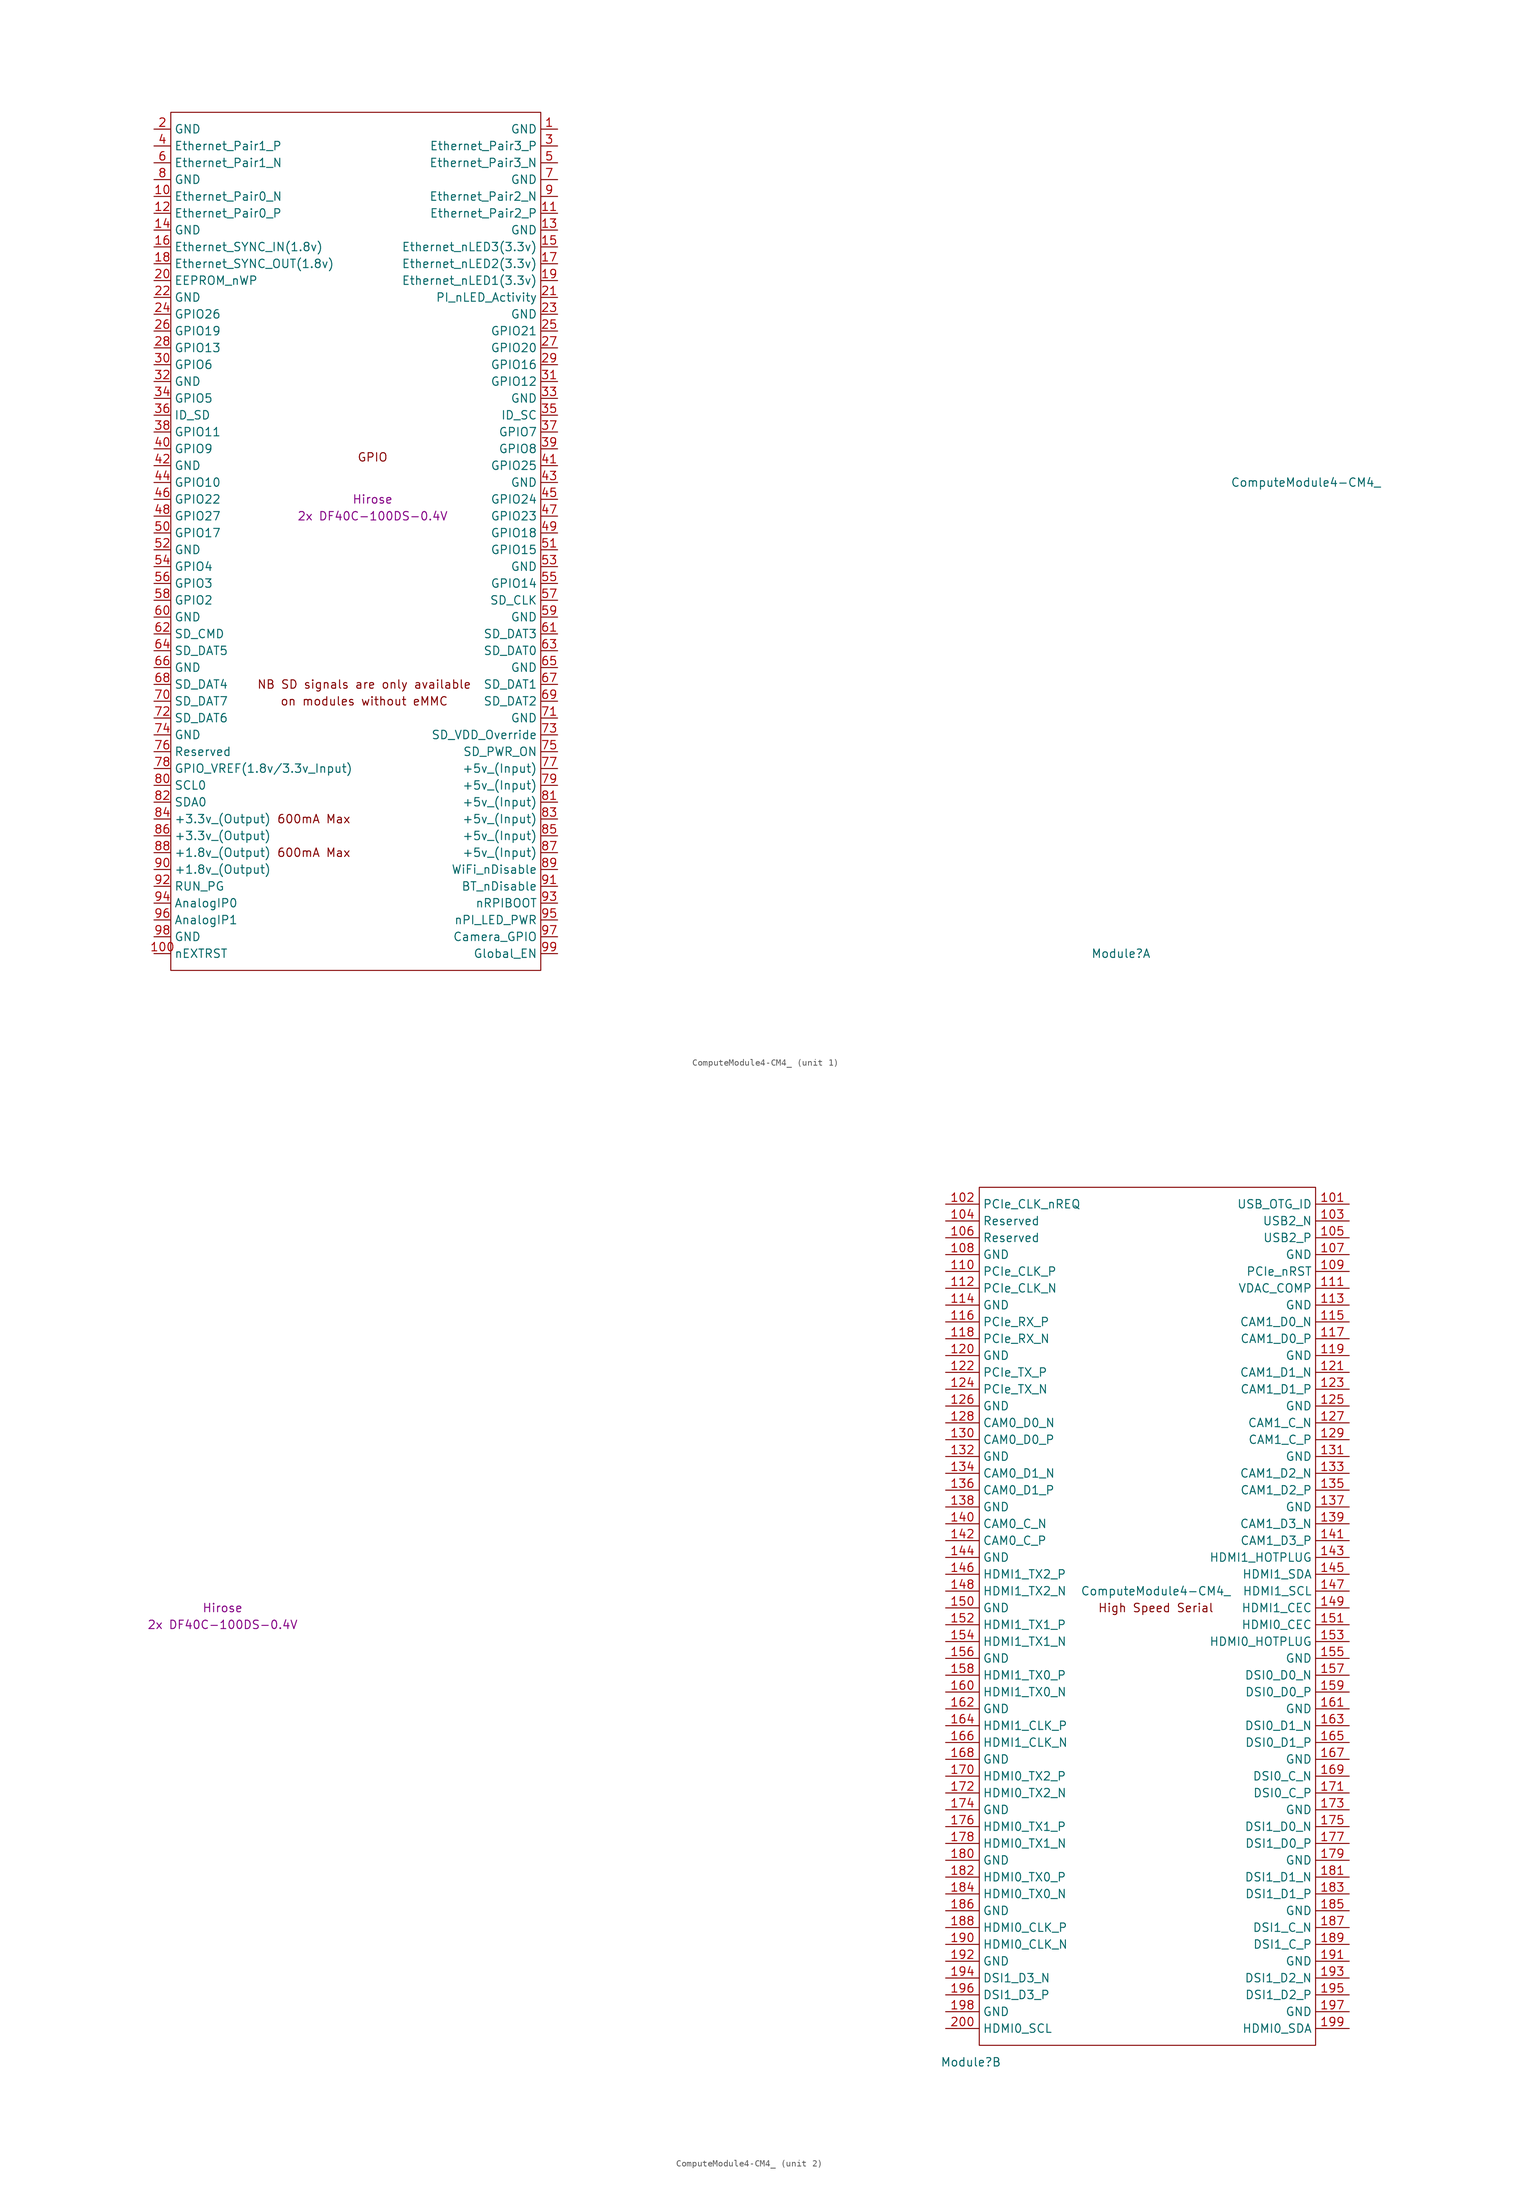
<source format=kicad_sym>
(kicad_symbol_lib
  (version 20201005)
  (generator kicad_symbol_editor)
  (symbol "aep2:ComputeModule4-CM4_"
    (property "Reference" "Module"
      (at 113.03 -68.58 0)
      (effects (font (size 1.27 1.27))))
    (property "Value" "ComputeModule4-CM4_"
      (at 140.97 2.54 0)
      (effects (font (size 1.27 1.27))))
    (property "Field4" "Hirose"
      (at 0 0 0)
      (effects (font (size 1.27 1.27))))
    (property "Field5" "2x DF40C-100DS-0.4V"
      (at 0 -2.54 0)
      (effects (font (size 1.27 1.27))))
    (symbol "ComputeModule4-CM4__1_0"
      (text "GPIO" (at 0 6.35 0) (effects (font (size 1.27 1.27)))))
    (symbol "ComputeModule4-CM4__1_1"
      (text "600mA Max" (at -8.89 -53.34 0) (effects (font (size 1.27 1.27))))
      (text "600mA Max" (at -8.89 -48.26 0) (effects (font (size 1.27 1.27))))
      (text "NB SD signals are only available" (at -1.27 -27.94 0) (effects (font (size 1.27 1.27))))
      (text "on modules without eMMC" (at -1.27 -30.48 0) (effects (font (size 1.27 1.27))))
      (rectangle (start -30.48 -71.12) (end 25.4 58.42) (stroke (width 0)) (fill (type none)))
      (pin power_in line (at 27.94 55.88 180) (length 2.54) (name "GND" (effects (font (size 1.27 1.27)))) (number "1" (effects (font (size 1.27 1.27)))))
      (pin passive line (at -33.02 45.72 0) (length 2.54) (name "Ethernet_Pair0_N" (effects (font (size 1.27 1.27)))) (number "10" (effects (font (size 1.27 1.27)))))
      (pin output line (at -33.02 -68.58 0) (length 2.54) (name "nEXTRST" (effects (font (size 1.27 1.27)))) (number "100" (effects (font (size 1.27 1.27)))))
      (pin passive line (at 27.94 43.18 180) (length 2.54) (name "Ethernet_Pair2_P" (effects (font (size 1.27 1.27)))) (number "11" (effects (font (size 1.27 1.27)))))
      (pin passive line (at -33.02 43.18 0) (length 2.54) (name "Ethernet_Pair0_P" (effects (font (size 1.27 1.27)))) (number "12" (effects (font (size 1.27 1.27)))))
      (pin power_in line (at 27.94 40.64 180) (length 2.54) (name "GND" (effects (font (size 1.27 1.27)))) (number "13" (effects (font (size 1.27 1.27)))))
      (pin power_in line (at -33.02 40.64 0) (length 2.54) (name "GND" (effects (font (size 1.27 1.27)))) (number "14" (effects (font (size 1.27 1.27)))))
      (pin output line (at 27.94 38.1 180) (length 2.54) (name "Ethernet_nLED3(3.3v)" (effects (font (size 1.27 1.27)))) (number "15" (effects (font (size 1.27 1.27)))))
      (pin input line (at -33.02 38.1 0) (length 2.54) (name "Ethernet_SYNC_IN(1.8v)" (effects (font (size 1.27 1.27)))) (number "16" (effects (font (size 1.27 1.27)))))
      (pin output line (at 27.94 35.56 180) (length 2.54) (name "Ethernet_nLED2(3.3v)" (effects (font (size 1.27 1.27)))) (number "17" (effects (font (size 1.27 1.27)))))
      (pin input line (at -33.02 35.56 0) (length 2.54) (name "Ethernet_SYNC_OUT(1.8v)" (effects (font (size 1.27 1.27)))) (number "18" (effects (font (size 1.27 1.27)))))
      (pin output line (at 27.94 33.02 180) (length 2.54) (name "Ethernet_nLED1(3.3v)" (effects (font (size 1.27 1.27)))) (number "19" (effects (font (size 1.27 1.27)))))
      (pin power_in line (at -33.02 55.88 0) (length 2.54) (name "GND" (effects (font (size 1.27 1.27)))) (number "2" (effects (font (size 1.27 1.27)))))
      (pin passive line (at -33.02 33.02 0) (length 2.54) (name "EEPROM_nWP" (effects (font (size 1.27 1.27)))) (number "20" (effects (font (size 1.27 1.27)))))
      (pin open_collector line (at 27.94 30.48 180) (length 2.54) (name "PI_nLED_Activity" (effects (font (size 1.27 1.27)))) (number "21" (effects (font (size 1.27 1.27)))))
      (pin power_in line (at -33.02 30.48 0) (length 2.54) (name "GND" (effects (font (size 1.27 1.27)))) (number "22" (effects (font (size 1.27 1.27)))))
      (pin power_in line (at 27.94 27.94 180) (length 2.54) (name "GND" (effects (font (size 1.27 1.27)))) (number "23" (effects (font (size 1.27 1.27)))))
      (pin passive line (at -33.02 27.94 0) (length 2.54) (name "GPIO26" (effects (font (size 1.27 1.27)))) (number "24" (effects (font (size 1.27 1.27)))))
      (pin passive line (at 27.94 25.4 180) (length 2.54) (name "GPIO21" (effects (font (size 1.27 1.27)))) (number "25" (effects (font (size 1.27 1.27)))))
      (pin passive line (at -33.02 25.4 0) (length 2.54) (name "GPIO19" (effects (font (size 1.27 1.27)))) (number "26" (effects (font (size 1.27 1.27)))))
      (pin passive line (at 27.94 22.86 180) (length 2.54) (name "GPIO20" (effects (font (size 1.27 1.27)))) (number "27" (effects (font (size 1.27 1.27)))))
      (pin passive line (at -33.02 22.86 0) (length 2.54) (name "GPIO13" (effects (font (size 1.27 1.27)))) (number "28" (effects (font (size 1.27 1.27)))))
      (pin passive line (at 27.94 20.32 180) (length 2.54) (name "GPIO16" (effects (font (size 1.27 1.27)))) (number "29" (effects (font (size 1.27 1.27)))))
      (pin passive line (at 27.94 53.34 180) (length 2.54) (name "Ethernet_Pair3_P" (effects (font (size 1.27 1.27)))) (number "3" (effects (font (size 1.27 1.27)))))
      (pin passive line (at -33.02 20.32 0) (length 2.54) (name "GPIO6" (effects (font (size 1.27 1.27)))) (number "30" (effects (font (size 1.27 1.27)))))
      (pin passive line (at 27.94 17.78 180) (length 2.54) (name "GPIO12" (effects (font (size 1.27 1.27)))) (number "31" (effects (font (size 1.27 1.27)))))
      (pin power_in line (at -33.02 17.78 0) (length 2.54) (name "GND" (effects (font (size 1.27 1.27)))) (number "32" (effects (font (size 1.27 1.27)))))
      (pin power_in line (at 27.94 15.24 180) (length 2.54) (name "GND" (effects (font (size 1.27 1.27)))) (number "33" (effects (font (size 1.27 1.27)))))
      (pin passive line (at -33.02 15.24 0) (length 2.54) (name "GPIO5" (effects (font (size 1.27 1.27)))) (number "34" (effects (font (size 1.27 1.27)))))
      (pin passive line (at 27.94 12.7 180) (length 2.54) (name "ID_SC" (effects (font (size 1.27 1.27)))) (number "35" (effects (font (size 1.27 1.27)))))
      (pin passive line (at -33.02 12.7 0) (length 2.54) (name "ID_SD" (effects (font (size 1.27 1.27)))) (number "36" (effects (font (size 1.27 1.27)))))
      (pin passive line (at 27.94 10.16 180) (length 2.54) (name "GPIO7" (effects (font (size 1.27 1.27)))) (number "37" (effects (font (size 1.27 1.27)))))
      (pin passive line (at -33.02 10.16 0) (length 2.54) (name "GPIO11" (effects (font (size 1.27 1.27)))) (number "38" (effects (font (size 1.27 1.27)))))
      (pin passive line (at 27.94 7.62 180) (length 2.54) (name "GPIO8" (effects (font (size 1.27 1.27)))) (number "39" (effects (font (size 1.27 1.27)))))
      (pin passive line (at -33.02 53.34 0) (length 2.54) (name "Ethernet_Pair1_P" (effects (font (size 1.27 1.27)))) (number "4" (effects (font (size 1.27 1.27)))))
      (pin passive line (at -33.02 7.62 0) (length 2.54) (name "GPIO9" (effects (font (size 1.27 1.27)))) (number "40" (effects (font (size 1.27 1.27)))))
      (pin passive line (at 27.94 5.08 180) (length 2.54) (name "GPIO25" (effects (font (size 1.27 1.27)))) (number "41" (effects (font (size 1.27 1.27)))))
      (pin power_in line (at -33.02 5.08 0) (length 2.54) (name "GND" (effects (font (size 1.27 1.27)))) (number "42" (effects (font (size 1.27 1.27)))))
      (pin power_in line (at 27.94 2.54 180) (length 2.54) (name "GND" (effects (font (size 1.27 1.27)))) (number "43" (effects (font (size 1.27 1.27)))))
      (pin passive line (at -33.02 2.54 0) (length 2.54) (name "GPIO10" (effects (font (size 1.27 1.27)))) (number "44" (effects (font (size 1.27 1.27)))))
      (pin passive line (at 27.94 0 180) (length 2.54) (name "GPIO24" (effects (font (size 1.27 1.27)))) (number "45" (effects (font (size 1.27 1.27)))))
      (pin passive line (at -33.02 0 0) (length 2.54) (name "GPIO22" (effects (font (size 1.27 1.27)))) (number "46" (effects (font (size 1.27 1.27)))))
      (pin passive line (at 27.94 -2.54 180) (length 2.54) (name "GPIO23" (effects (font (size 1.27 1.27)))) (number "47" (effects (font (size 1.27 1.27)))))
      (pin passive line (at -33.02 -2.54 0) (length 2.54) (name "GPIO27" (effects (font (size 1.27 1.27)))) (number "48" (effects (font (size 1.27 1.27)))))
      (pin passive line (at 27.94 -5.08 180) (length 2.54) (name "GPIO18" (effects (font (size 1.27 1.27)))) (number "49" (effects (font (size 1.27 1.27)))))
      (pin passive line (at 27.94 50.8 180) (length 2.54) (name "Ethernet_Pair3_N" (effects (font (size 1.27 1.27)))) (number "5" (effects (font (size 1.27 1.27)))))
      (pin passive line (at -33.02 -5.08 0) (length 2.54) (name "GPIO17" (effects (font (size 1.27 1.27)))) (number "50" (effects (font (size 1.27 1.27)))))
      (pin passive line (at 27.94 -7.62 180) (length 2.54) (name "GPIO15" (effects (font (size 1.27 1.27)))) (number "51" (effects (font (size 1.27 1.27)))))
      (pin power_in line (at -33.02 -7.62 0) (length 2.54) (name "GND" (effects (font (size 1.27 1.27)))) (number "52" (effects (font (size 1.27 1.27)))))
      (pin power_in line (at 27.94 -10.16 180) (length 2.54) (name "GND" (effects (font (size 1.27 1.27)))) (number "53" (effects (font (size 1.27 1.27)))))
      (pin passive line (at -33.02 -10.16 0) (length 2.54) (name "GPIO4" (effects (font (size 1.27 1.27)))) (number "54" (effects (font (size 1.27 1.27)))))
      (pin passive line (at 27.94 -12.7 180) (length 2.54) (name "GPIO14" (effects (font (size 1.27 1.27)))) (number "55" (effects (font (size 1.27 1.27)))))
      (pin passive line (at -33.02 -12.7 0) (length 2.54) (name "GPIO3" (effects (font (size 1.27 1.27)))) (number "56" (effects (font (size 1.27 1.27)))))
      (pin passive line (at 27.94 -15.24 180) (length 2.54) (name "SD_CLK" (effects (font (size 1.27 1.27)))) (number "57" (effects (font (size 1.27 1.27)))))
      (pin passive line (at -33.02 -15.24 0) (length 2.54) (name "GPIO2" (effects (font (size 1.27 1.27)))) (number "58" (effects (font (size 1.27 1.27)))))
      (pin power_in line (at 27.94 -17.78 180) (length 2.54) (name "GND" (effects (font (size 1.27 1.27)))) (number "59" (effects (font (size 1.27 1.27)))))
      (pin passive line (at -33.02 50.8 0) (length 2.54) (name "Ethernet_Pair1_N" (effects (font (size 1.27 1.27)))) (number "6" (effects (font (size 1.27 1.27)))))
      (pin power_in line (at -33.02 -17.78 0) (length 2.54) (name "GND" (effects (font (size 1.27 1.27)))) (number "60" (effects (font (size 1.27 1.27)))))
      (pin passive line (at 27.94 -20.32 180) (length 2.54) (name "SD_DAT3" (effects (font (size 1.27 1.27)))) (number "61" (effects (font (size 1.27 1.27)))))
      (pin passive line (at -33.02 -20.32 0) (length 2.54) (name "SD_CMD" (effects (font (size 1.27 1.27)))) (number "62" (effects (font (size 1.27 1.27)))))
      (pin passive line (at 27.94 -22.86 180) (length 2.54) (name "SD_DAT0" (effects (font (size 1.27 1.27)))) (number "63" (effects (font (size 1.27 1.27)))))
      (pin passive line (at -33.02 -22.86 0) (length 2.54) (name "SD_DAT5" (effects (font (size 1.27 1.27)))) (number "64" (effects (font (size 1.27 1.27)))))
      (pin power_in line (at 27.94 -25.4 180) (length 2.54) (name "GND" (effects (font (size 1.27 1.27)))) (number "65" (effects (font (size 1.27 1.27)))))
      (pin power_in line (at -33.02 -25.4 0) (length 2.54) (name "GND" (effects (font (size 1.27 1.27)))) (number "66" (effects (font (size 1.27 1.27)))))
      (pin passive line (at 27.94 -27.94 180) (length 2.54) (name "SD_DAT1" (effects (font (size 1.27 1.27)))) (number "67" (effects (font (size 1.27 1.27)))))
      (pin passive line (at -33.02 -27.94 0) (length 2.54) (name "SD_DAT4" (effects (font (size 1.27 1.27)))) (number "68" (effects (font (size 1.27 1.27)))))
      (pin passive line (at 27.94 -30.48 180) (length 2.54) (name "SD_DAT2" (effects (font (size 1.27 1.27)))) (number "69" (effects (font (size 1.27 1.27)))))
      (pin power_in line (at 27.94 48.26 180) (length 2.54) (name "GND" (effects (font (size 1.27 1.27)))) (number "7" (effects (font (size 1.27 1.27)))))
      (pin passive line (at -33.02 -30.48 0) (length 2.54) (name "SD_DAT7" (effects (font (size 1.27 1.27)))) (number "70" (effects (font (size 1.27 1.27)))))
      (pin power_in line (at 27.94 -33.02 180) (length 2.54) (name "GND" (effects (font (size 1.27 1.27)))) (number "71" (effects (font (size 1.27 1.27)))))
      (pin passive line (at -33.02 -33.02 0) (length 2.54) (name "SD_DAT6" (effects (font (size 1.27 1.27)))) (number "72" (effects (font (size 1.27 1.27)))))
      (pin input line (at 27.94 -35.56 180) (length 2.54) (name "SD_VDD_Override" (effects (font (size 1.27 1.27)))) (number "73" (effects (font (size 1.27 1.27)))))
      (pin power_in line (at -33.02 -35.56 0) (length 2.54) (name "GND" (effects (font (size 1.27 1.27)))) (number "74" (effects (font (size 1.27 1.27)))))
      (pin output line (at 27.94 -38.1 180) (length 2.54) (name "SD_PWR_ON" (effects (font (size 1.27 1.27)))) (number "75" (effects (font (size 1.27 1.27)))))
      (pin passive line (at -33.02 -38.1 0) (length 2.54) (name "Reserved" (effects (font (size 1.27 1.27)))) (number "76" (effects (font (size 1.27 1.27)))))
      (pin power_in line (at 27.94 -40.64 180) (length 2.54) (name "+5v_(Input)" (effects (font (size 1.27 1.27)))) (number "77" (effects (font (size 1.27 1.27)))))
      (pin power_in line (at -33.02 -40.64 0) (length 2.54) (name "GPIO_VREF(1.8v/3.3v_Input)" (effects (font (size 1.27 1.27)))) (number "78" (effects (font (size 1.27 1.27)))))
      (pin power_in line (at 27.94 -43.18 180) (length 2.54) (name "+5v_(Input)" (effects (font (size 1.27 1.27)))) (number "79" (effects (font (size 1.27 1.27)))))
      (pin power_in line (at -33.02 48.26 0) (length 2.54) (name "GND" (effects (font (size 1.27 1.27)))) (number "8" (effects (font (size 1.27 1.27)))))
      (pin passive line (at -33.02 -43.18 0) (length 2.54) (name "SCL0" (effects (font (size 1.27 1.27)))) (number "80" (effects (font (size 1.27 1.27)))))
      (pin power_in line (at 27.94 -45.72 180) (length 2.54) (name "+5v_(Input)" (effects (font (size 1.27 1.27)))) (number "81" (effects (font (size 1.27 1.27)))))
      (pin passive line (at -33.02 -45.72 0) (length 2.54) (name "SDA0" (effects (font (size 1.27 1.27)))) (number "82" (effects (font (size 1.27 1.27)))))
      (pin power_in line (at 27.94 -48.26 180) (length 2.54) (name "+5v_(Input)" (effects (font (size 1.27 1.27)))) (number "83" (effects (font (size 1.27 1.27)))))
      (pin power_out line (at -33.02 -48.26 0) (length 2.54) (name "+3.3v_(Output)" (effects (font (size 1.27 1.27)))) (number "84" (effects (font (size 1.27 1.27)))))
      (pin power_in line (at 27.94 -50.8 180) (length 2.54) (name "+5v_(Input)" (effects (font (size 1.27 1.27)))) (number "85" (effects (font (size 1.27 1.27)))))
      (pin power_out line (at -33.02 -50.8 0) (length 2.54) (name "+3.3v_(Output)" (effects (font (size 1.27 1.27)))) (number "86" (effects (font (size 1.27 1.27)))))
      (pin power_in line (at 27.94 -53.34 180) (length 2.54) (name "+5v_(Input)" (effects (font (size 1.27 1.27)))) (number "87" (effects (font (size 1.27 1.27)))))
      (pin power_out line (at -33.02 -53.34 0) (length 2.54) (name "+1.8v_(Output)" (effects (font (size 1.27 1.27)))) (number "88" (effects (font (size 1.27 1.27)))))
      (pin power_in line (at 27.94 -55.88 180) (length 2.54) (name "WiFi_nDisable" (effects (font (size 1.27 1.27)))) (number "89" (effects (font (size 1.27 1.27)))))
      (pin passive line (at 27.94 45.72 180) (length 2.54) (name "Ethernet_Pair2_N" (effects (font (size 1.27 1.27)))) (number "9" (effects (font (size 1.27 1.27)))))
      (pin power_out line (at -33.02 -55.88 0) (length 2.54) (name "+1.8v_(Output)" (effects (font (size 1.27 1.27)))) (number "90" (effects (font (size 1.27 1.27)))))
      (pin power_in line (at 27.94 -58.42 180) (length 2.54) (name "BT_nDisable" (effects (font (size 1.27 1.27)))) (number "91" (effects (font (size 1.27 1.27)))))
      (pin passive line (at -33.02 -58.42 0) (length 2.54) (name "RUN_PG" (effects (font (size 1.27 1.27)))) (number "92" (effects (font (size 1.27 1.27)))))
      (pin input line (at 27.94 -60.96 180) (length 2.54) (name "nRPIBOOT" (effects (font (size 1.27 1.27)))) (number "93" (effects (font (size 1.27 1.27)))))
      (pin passive line (at -33.02 -60.96 0) (length 2.54) (name "AnalogIP0" (effects (font (size 1.27 1.27)))) (number "94" (effects (font (size 1.27 1.27)))))
      (pin output line (at 27.94 -63.5 180) (length 2.54) (name "nPI_LED_PWR" (effects (font (size 1.27 1.27)))) (number "95" (effects (font (size 1.27 1.27)))))
      (pin passive line (at -33.02 -63.5 0) (length 2.54) (name "AnalogIP1" (effects (font (size 1.27 1.27)))) (number "96" (effects (font (size 1.27 1.27)))))
      (pin passive line (at 27.94 -66.04 180) (length 2.54) (name "Camera_GPIO" (effects (font (size 1.27 1.27)))) (number "97" (effects (font (size 1.27 1.27)))))
      (pin power_in line (at -33.02 -66.04 0) (length 2.54) (name "GND" (effects (font (size 1.27 1.27)))) (number "98" (effects (font (size 1.27 1.27)))))
      (pin input line (at 27.94 -68.58 180) (length 2.54) (name "Global_EN" (effects (font (size 1.27 1.27)))) (number "99" (effects (font (size 1.27 1.27))))))
    (symbol "ComputeModule4-CM4__2_1"
      (text "High Speed Serial" (at 140.97 0 0) (effects (font (size 1.27 1.27))))
      (rectangle (start 114.3 -66.04) (end 165.1 63.5) (stroke (width 0)) (fill (type none)))
      (pin input line (at 170.18 60.96 180) (length 5.08) (name "USB_OTG_ID" (effects (font (size 1.27 1.27)))) (number "101" (effects (font (size 1.27 1.27)))))
      (pin input line (at 109.22 60.96 0) (length 5.08) (name "PCIe_CLK_nREQ" (effects (font (size 1.27 1.27)))) (number "102" (effects (font (size 1.27 1.27)))))
      (pin passive line (at 170.18 58.42 180) (length 5.08) (name "USB2_N" (effects (font (size 1.27 1.27)))) (number "103" (effects (font (size 1.27 1.27)))))
      (pin passive line (at 109.22 58.42 0) (length 5.08) (name "Reserved" (effects (font (size 1.27 1.27)))) (number "104" (effects (font (size 1.27 1.27)))))
      (pin passive line (at 170.18 55.88 180) (length 5.08) (name "USB2_P" (effects (font (size 1.27 1.27)))) (number "105" (effects (font (size 1.27 1.27)))))
      (pin passive line (at 109.22 55.88 0) (length 5.08) (name "Reserved" (effects (font (size 1.27 1.27)))) (number "106" (effects (font (size 1.27 1.27)))))
      (pin power_in line (at 170.18 53.34 180) (length 5.08) (name "GND" (effects (font (size 1.27 1.27)))) (number "107" (effects (font (size 1.27 1.27)))))
      (pin power_in line (at 109.22 53.34 0) (length 5.08) (name "GND" (effects (font (size 1.27 1.27)))) (number "108" (effects (font (size 1.27 1.27)))))
      (pin bidirectional line (at 170.18 50.8 180) (length 5.08) (name "PCIe_nRST" (effects (font (size 1.27 1.27)))) (number "109" (effects (font (size 1.27 1.27)))))
      (pin output line (at 109.22 50.8 0) (length 5.08) (name "PCIe_CLK_P" (effects (font (size 1.27 1.27)))) (number "110" (effects (font (size 1.27 1.27)))))
      (pin passive line (at 170.18 48.26 180) (length 5.08) (name "VDAC_COMP" (effects (font (size 1.27 1.27)))) (number "111" (effects (font (size 1.27 1.27)))))
      (pin output line (at 109.22 48.26 0) (length 5.08) (name "PCIe_CLK_N" (effects (font (size 1.27 1.27)))) (number "112" (effects (font (size 1.27 1.27)))))
      (pin power_in line (at 170.18 45.72 180) (length 5.08) (name "GND" (effects (font (size 1.27 1.27)))) (number "113" (effects (font (size 1.27 1.27)))))
      (pin power_in line (at 109.22 45.72 0) (length 5.08) (name "GND" (effects (font (size 1.27 1.27)))) (number "114" (effects (font (size 1.27 1.27)))))
      (pin input line (at 170.18 43.18 180) (length 5.08) (name "CAM1_D0_N" (effects (font (size 1.27 1.27)))) (number "115" (effects (font (size 1.27 1.27)))))
      (pin input line (at 109.22 43.18 0) (length 5.08) (name "PCIe_RX_P" (effects (font (size 1.27 1.27)))) (number "116" (effects (font (size 1.27 1.27)))))
      (pin input line (at 170.18 40.64 180) (length 5.08) (name "CAM1_D0_P" (effects (font (size 1.27 1.27)))) (number "117" (effects (font (size 1.27 1.27)))))
      (pin input line (at 109.22 40.64 0) (length 5.08) (name "PCIe_RX_N" (effects (font (size 1.27 1.27)))) (number "118" (effects (font (size 1.27 1.27)))))
      (pin power_in line (at 170.18 38.1 180) (length 5.08) (name "GND" (effects (font (size 1.27 1.27)))) (number "119" (effects (font (size 1.27 1.27)))))
      (pin power_in line (at 109.22 38.1 0) (length 5.08) (name "GND" (effects (font (size 1.27 1.27)))) (number "120" (effects (font (size 1.27 1.27)))))
      (pin input line (at 170.18 35.56 180) (length 5.08) (name "CAM1_D1_N" (effects (font (size 1.27 1.27)))) (number "121" (effects (font (size 1.27 1.27)))))
      (pin output line (at 109.22 35.56 0) (length 5.08) (name "PCIe_TX_P" (effects (font (size 1.27 1.27)))) (number "122" (effects (font (size 1.27 1.27)))))
      (pin input line (at 170.18 33.02 180) (length 5.08) (name "CAM1_D1_P" (effects (font (size 1.27 1.27)))) (number "123" (effects (font (size 1.27 1.27)))))
      (pin output line (at 109.22 33.02 0) (length 5.08) (name "PCIe_TX_N" (effects (font (size 1.27 1.27)))) (number "124" (effects (font (size 1.27 1.27)))))
      (pin power_in line (at 170.18 30.48 180) (length 5.08) (name "GND" (effects (font (size 1.27 1.27)))) (number "125" (effects (font (size 1.27 1.27)))))
      (pin power_in line (at 109.22 30.48 0) (length 5.08) (name "GND" (effects (font (size 1.27 1.27)))) (number "126" (effects (font (size 1.27 1.27)))))
      (pin input line (at 170.18 27.94 180) (length 5.08) (name "CAM1_C_N" (effects (font (size 1.27 1.27)))) (number "127" (effects (font (size 1.27 1.27)))))
      (pin input line (at 109.22 27.94 0) (length 5.08) (name "CAM0_D0_N" (effects (font (size 1.27 1.27)))) (number "128" (effects (font (size 1.27 1.27)))))
      (pin input line (at 170.18 25.4 180) (length 5.08) (name "CAM1_C_P" (effects (font (size 1.27 1.27)))) (number "129" (effects (font (size 1.27 1.27)))))
      (pin input line (at 109.22 25.4 0) (length 5.08) (name "CAM0_D0_P" (effects (font (size 1.27 1.27)))) (number "130" (effects (font (size 1.27 1.27)))))
      (pin power_in line (at 170.18 22.86 180) (length 5.08) (name "GND" (effects (font (size 1.27 1.27)))) (number "131" (effects (font (size 1.27 1.27)))))
      (pin power_in line (at 109.22 22.86 0) (length 5.08) (name "GND" (effects (font (size 1.27 1.27)))) (number "132" (effects (font (size 1.27 1.27)))))
      (pin input line (at 170.18 20.32 180) (length 5.08) (name "CAM1_D2_N" (effects (font (size 1.27 1.27)))) (number "133" (effects (font (size 1.27 1.27)))))
      (pin input line (at 109.22 20.32 0) (length 5.08) (name "CAM0_D1_N" (effects (font (size 1.27 1.27)))) (number "134" (effects (font (size 1.27 1.27)))))
      (pin input line (at 170.18 17.78 180) (length 5.08) (name "CAM1_D2_P" (effects (font (size 1.27 1.27)))) (number "135" (effects (font (size 1.27 1.27)))))
      (pin input line (at 109.22 17.78 0) (length 5.08) (name "CAM0_D1_P" (effects (font (size 1.27 1.27)))) (number "136" (effects (font (size 1.27 1.27)))))
      (pin power_in line (at 170.18 15.24 180) (length 5.08) (name "GND" (effects (font (size 1.27 1.27)))) (number "137" (effects (font (size 1.27 1.27)))))
      (pin power_in line (at 109.22 15.24 0) (length 5.08) (name "GND" (effects (font (size 1.27 1.27)))) (number "138" (effects (font (size 1.27 1.27)))))
      (pin input line (at 170.18 12.7 180) (length 5.08) (name "CAM1_D3_N" (effects (font (size 1.27 1.27)))) (number "139" (effects (font (size 1.27 1.27)))))
      (pin input line (at 109.22 12.7 0) (length 5.08) (name "CAM0_C_N" (effects (font (size 1.27 1.27)))) (number "140" (effects (font (size 1.27 1.27)))))
      (pin input line (at 170.18 10.16 180) (length 5.08) (name "CAM1_D3_P" (effects (font (size 1.27 1.27)))) (number "141" (effects (font (size 1.27 1.27)))))
      (pin input line (at 109.22 10.16 0) (length 5.08) (name "CAM0_C_P" (effects (font (size 1.27 1.27)))) (number "142" (effects (font (size 1.27 1.27)))))
      (pin input line (at 170.18 7.62 180) (length 5.08) (name "HDMI1_HOTPLUG" (effects (font (size 1.27 1.27)))) (number "143" (effects (font (size 1.27 1.27)))))
      (pin power_in line (at 109.22 7.62 0) (length 5.08) (name "GND" (effects (font (size 1.27 1.27)))) (number "144" (effects (font (size 1.27 1.27)))))
      (pin bidirectional line (at 170.18 5.08 180) (length 5.08) (name "HDMI1_SDA" (effects (font (size 1.27 1.27)))) (number "145" (effects (font (size 1.27 1.27)))))
      (pin output line (at 109.22 5.08 0) (length 5.08) (name "HDMI1_TX2_P" (effects (font (size 1.27 1.27)))) (number "146" (effects (font (size 1.27 1.27)))))
      (pin open_collector line (at 170.18 2.54 180) (length 5.08) (name "HDMI1_SCL" (effects (font (size 1.27 1.27)))) (number "147" (effects (font (size 1.27 1.27)))))
      (pin output line (at 109.22 2.54 0) (length 5.08) (name "HDMI1_TX2_N" (effects (font (size 1.27 1.27)))) (number "148" (effects (font (size 1.27 1.27)))))
      (pin open_collector line (at 170.18 0 180) (length 5.08) (name "HDMI1_CEC" (effects (font (size 1.27 1.27)))) (number "149" (effects (font (size 1.27 1.27)))))
      (pin power_in line (at 109.22 0 0) (length 5.08) (name "GND" (effects (font (size 1.27 1.27)))) (number "150" (effects (font (size 1.27 1.27)))))
      (pin open_collector line (at 170.18 -2.54 180) (length 5.08) (name "HDMI0_CEC" (effects (font (size 1.27 1.27)))) (number "151" (effects (font (size 1.27 1.27)))))
      (pin output line (at 109.22 -2.54 0) (length 5.08) (name "HDMI1_TX1_P" (effects (font (size 1.27 1.27)))) (number "152" (effects (font (size 1.27 1.27)))))
      (pin input line (at 170.18 -5.08 180) (length 5.08) (name "HDMI0_HOTPLUG" (effects (font (size 1.27 1.27)))) (number "153" (effects (font (size 1.27 1.27)))))
      (pin output line (at 109.22 -5.08 0) (length 5.08) (name "HDMI1_TX1_N" (effects (font (size 1.27 1.27)))) (number "154" (effects (font (size 1.27 1.27)))))
      (pin power_in line (at 170.18 -7.62 180) (length 5.08) (name "GND" (effects (font (size 1.27 1.27)))) (number "155" (effects (font (size 1.27 1.27)))))
      (pin power_in line (at 109.22 -7.62 0) (length 5.08) (name "GND" (effects (font (size 1.27 1.27)))) (number "156" (effects (font (size 1.27 1.27)))))
      (pin output line (at 170.18 -10.16 180) (length 5.08) (name "DSI0_D0_N" (effects (font (size 1.27 1.27)))) (number "157" (effects (font (size 1.27 1.27)))))
      (pin output line (at 109.22 -10.16 0) (length 5.08) (name "HDMI1_TX0_P" (effects (font (size 1.27 1.27)))) (number "158" (effects (font (size 1.27 1.27)))))
      (pin output line (at 170.18 -12.7 180) (length 5.08) (name "DSI0_D0_P" (effects (font (size 1.27 1.27)))) (number "159" (effects (font (size 1.27 1.27)))))
      (pin output line (at 109.22 -12.7 0) (length 5.08) (name "HDMI1_TX0_N" (effects (font (size 1.27 1.27)))) (number "160" (effects (font (size 1.27 1.27)))))
      (pin power_in line (at 170.18 -15.24 180) (length 5.08) (name "GND" (effects (font (size 1.27 1.27)))) (number "161" (effects (font (size 1.27 1.27)))))
      (pin power_in line (at 109.22 -15.24 0) (length 5.08) (name "GND" (effects (font (size 1.27 1.27)))) (number "162" (effects (font (size 1.27 1.27)))))
      (pin output line (at 170.18 -17.78 180) (length 5.08) (name "DSI0_D1_N" (effects (font (size 1.27 1.27)))) (number "163" (effects (font (size 1.27 1.27)))))
      (pin output line (at 109.22 -17.78 0) (length 5.08) (name "HDMI1_CLK_P" (effects (font (size 1.27 1.27)))) (number "164" (effects (font (size 1.27 1.27)))))
      (pin output line (at 170.18 -20.32 180) (length 5.08) (name "DSI0_D1_P" (effects (font (size 1.27 1.27)))) (number "165" (effects (font (size 1.27 1.27)))))
      (pin output line (at 109.22 -20.32 0) (length 5.08) (name "HDMI1_CLK_N" (effects (font (size 1.27 1.27)))) (number "166" (effects (font (size 1.27 1.27)))))
      (pin power_in line (at 170.18 -22.86 180) (length 5.08) (name "GND" (effects (font (size 1.27 1.27)))) (number "167" (effects (font (size 1.27 1.27)))))
      (pin power_in line (at 109.22 -22.86 0) (length 5.08) (name "GND" (effects (font (size 1.27 1.27)))) (number "168" (effects (font (size 1.27 1.27)))))
      (pin output line (at 170.18 -25.4 180) (length 5.08) (name "DSI0_C_N" (effects (font (size 1.27 1.27)))) (number "169" (effects (font (size 1.27 1.27)))))
      (pin output line (at 109.22 -25.4 0) (length 5.08) (name "HDMI0_TX2_P" (effects (font (size 1.27 1.27)))) (number "170" (effects (font (size 1.27 1.27)))))
      (pin output line (at 170.18 -27.94 180) (length 5.08) (name "DSI0_C_P" (effects (font (size 1.27 1.27)))) (number "171" (effects (font (size 1.27 1.27)))))
      (pin output line (at 109.22 -27.94 0) (length 5.08) (name "HDMI0_TX2_N" (effects (font (size 1.27 1.27)))) (number "172" (effects (font (size 1.27 1.27)))))
      (pin power_in line (at 170.18 -30.48 180) (length 5.08) (name "GND" (effects (font (size 1.27 1.27)))) (number "173" (effects (font (size 1.27 1.27)))))
      (pin power_in line (at 109.22 -30.48 0) (length 5.08) (name "GND" (effects (font (size 1.27 1.27)))) (number "174" (effects (font (size 1.27 1.27)))))
      (pin output line (at 170.18 -33.02 180) (length 5.08) (name "DSI1_D0_N" (effects (font (size 1.27 1.27)))) (number "175" (effects (font (size 1.27 1.27)))))
      (pin output line (at 109.22 -33.02 0) (length 5.08) (name "HDMI0_TX1_P" (effects (font (size 1.27 1.27)))) (number "176" (effects (font (size 1.27 1.27)))))
      (pin output line (at 170.18 -35.56 180) (length 5.08) (name "DSI1_D0_P" (effects (font (size 1.27 1.27)))) (number "177" (effects (font (size 1.27 1.27)))))
      (pin output line (at 109.22 -35.56 0) (length 5.08) (name "HDMI0_TX1_N" (effects (font (size 1.27 1.27)))) (number "178" (effects (font (size 1.27 1.27)))))
      (pin power_in line (at 170.18 -38.1 180) (length 5.08) (name "GND" (effects (font (size 1.27 1.27)))) (number "179" (effects (font (size 1.27 1.27)))))
      (pin power_in line (at 109.22 -38.1 0) (length 5.08) (name "GND" (effects (font (size 1.27 1.27)))) (number "180" (effects (font (size 1.27 1.27)))))
      (pin output line (at 170.18 -40.64 180) (length 5.08) (name "DSI1_D1_N" (effects (font (size 1.27 1.27)))) (number "181" (effects (font (size 1.27 1.27)))))
      (pin output line (at 109.22 -40.64 0) (length 5.08) (name "HDMI0_TX0_P" (effects (font (size 1.27 1.27)))) (number "182" (effects (font (size 1.27 1.27)))))
      (pin output line (at 170.18 -43.18 180) (length 5.08) (name "DSI1_D1_P" (effects (font (size 1.27 1.27)))) (number "183" (effects (font (size 1.27 1.27)))))
      (pin output line (at 109.22 -43.18 0) (length 5.08) (name "HDMI0_TX0_N" (effects (font (size 1.27 1.27)))) (number "184" (effects (font (size 1.27 1.27)))))
      (pin power_in line (at 170.18 -45.72 180) (length 5.08) (name "GND" (effects (font (size 1.27 1.27)))) (number "185" (effects (font (size 1.27 1.27)))))
      (pin power_in line (at 109.22 -45.72 0) (length 5.08) (name "GND" (effects (font (size 1.27 1.27)))) (number "186" (effects (font (size 1.27 1.27)))))
      (pin output line (at 170.18 -48.26 180) (length 5.08) (name "DSI1_C_N" (effects (font (size 1.27 1.27)))) (number "187" (effects (font (size 1.27 1.27)))))
      (pin output line (at 109.22 -48.26 0) (length 5.08) (name "HDMI0_CLK_P" (effects (font (size 1.27 1.27)))) (number "188" (effects (font (size 1.27 1.27)))))
      (pin output line (at 170.18 -50.8 180) (length 5.08) (name "DSI1_C_P" (effects (font (size 1.27 1.27)))) (number "189" (effects (font (size 1.27 1.27)))))
      (pin output line (at 109.22 -50.8 0) (length 5.08) (name "HDMI0_CLK_N" (effects (font (size 1.27 1.27)))) (number "190" (effects (font (size 1.27 1.27)))))
      (pin power_in line (at 170.18 -53.34 180) (length 5.08) (name "GND" (effects (font (size 1.27 1.27)))) (number "191" (effects (font (size 1.27 1.27)))))
      (pin power_in line (at 109.22 -53.34 0) (length 5.08) (name "GND" (effects (font (size 1.27 1.27)))) (number "192" (effects (font (size 1.27 1.27)))))
      (pin output line (at 170.18 -55.88 180) (length 5.08) (name "DSI1_D2_N" (effects (font (size 1.27 1.27)))) (number "193" (effects (font (size 1.27 1.27)))))
      (pin output line (at 109.22 -55.88 0) (length 5.08) (name "DSI1_D3_N" (effects (font (size 1.27 1.27)))) (number "194" (effects (font (size 1.27 1.27)))))
      (pin output line (at 170.18 -58.42 180) (length 5.08) (name "DSI1_D2_P" (effects (font (size 1.27 1.27)))) (number "195" (effects (font (size 1.27 1.27)))))
      (pin output line (at 109.22 -58.42 0) (length 5.08) (name "DSI1_D3_P" (effects (font (size 1.27 1.27)))) (number "196" (effects (font (size 1.27 1.27)))))
      (pin power_in line (at 170.18 -60.96 180) (length 5.08) (name "GND" (effects (font (size 1.27 1.27)))) (number "197" (effects (font (size 1.27 1.27)))))
      (pin power_in line (at 109.22 -60.96 0) (length 5.08) (name "GND" (effects (font (size 1.27 1.27)))) (number "198" (effects (font (size 1.27 1.27)))))
      (pin bidirectional line (at 170.18 -63.5 180) (length 5.08) (name "HDMI0_SDA" (effects (font (size 1.27 1.27)))) (number "199" (effects (font (size 1.27 1.27)))))
      (pin open_collector line (at 109.22 -63.5 0) (length 5.08) (name "HDMI0_SCL" (effects (font (size 1.27 1.27)))) (number "200" (effects (font (size 1.27 1.27))))))))
</source>
